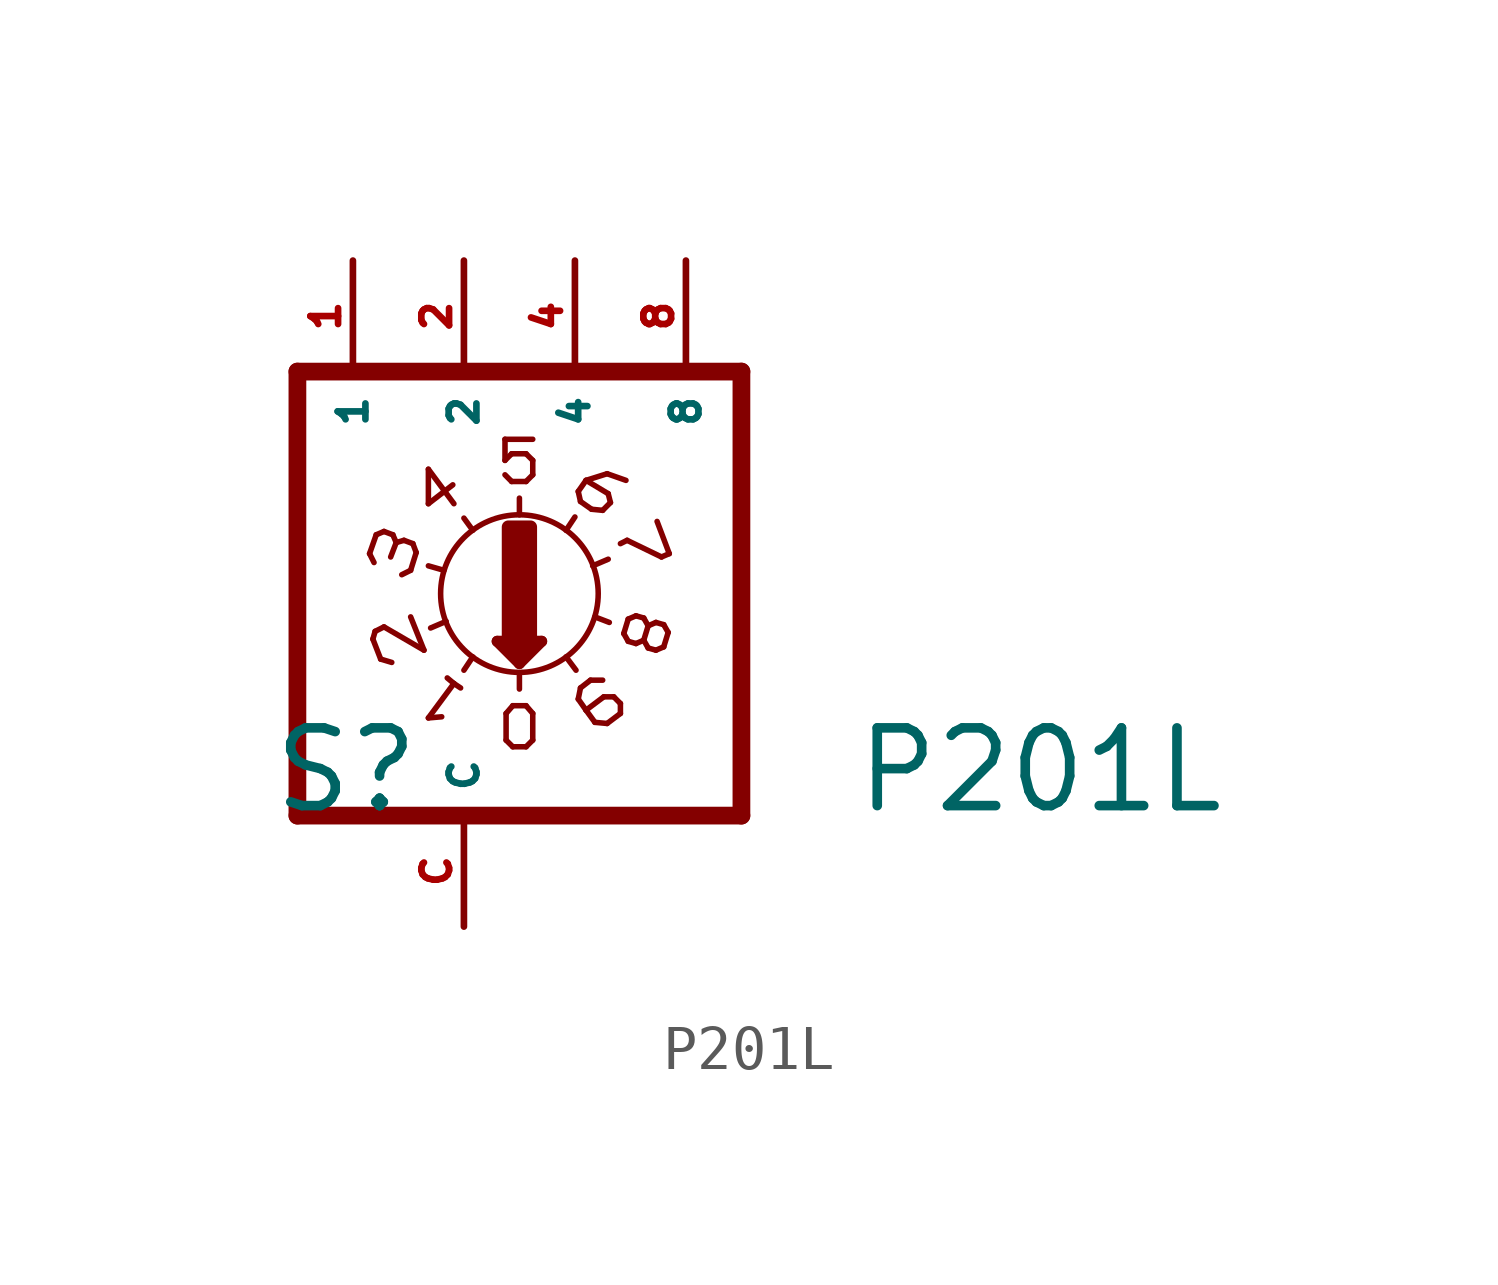
<source format=kicad_sym>
(kicad_symbol_lib
  (version 20220914)
  (generator Eagle2Kicad)
  (symbol "P201L"
    (property "Reference" "S"
      (at -4.445 -5.08 0)
      (effects (font (size 1.778 1.778) (thickness 0.22)) (justify left bottom)))
    (property "Value" "P201L"
      (at 8.89 -5.08 0)
      (effects (font (size 1.778 1.778) (thickness 0.22)) (justify left bottom)))
    (polyline
      (pts (xy 6.35 -5.08) (xy 6.35 5.08))
      (stroke (width 0.406) (type default))
      (fill (type none)))
    (polyline
      (pts (xy 1.27 1.803) (xy 1.27 2.184))
      (stroke (width 0.127) (type default))
      (fill (type none)))
    (polyline
      (pts (xy 0.762 -1.092) (xy 1.27 -1.6))
      (stroke (width 0.254) (type default))
      (fill (type none)))
    (polyline
      (pts (xy 1.27 -1.6) (xy 1.778 -1.092))
      (stroke (width 0.254) (type default))
      (fill (type none)))
    (polyline
      (pts (xy 1.778 -1.092) (xy 0.762 -1.092))
      (stroke (width 0.254) (type default))
      (fill (type none)))
    (polyline
      (pts (xy 1.27 -1.829) (xy 1.27 -2.184))
      (stroke (width 0.127) (type default))
      (fill (type none)))
    (polyline
      (pts (xy 1.016 -1.219) (xy 1.524 -1.219))
      (stroke (width 0.254) (type default))
      (fill (type none)))
    (polyline
      (pts (xy 1.27 -1.473) (xy 1.27 -1.346))
      (stroke (width 0.254) (type default))
      (fill (type none)))
    (polyline
      (pts (xy -3.81 -5.08) (xy -3.81 5.08))
      (stroke (width 0.406) (type default))
      (fill (type none)))
    (polyline
      (pts (xy 1.118 -3.505) (xy 1.422 -3.505))
      (stroke (width 0.127) (type default))
      (fill (type none)))
    (polyline
      (pts (xy 1.422 -3.505) (xy 1.575 -3.353))
      (stroke (width 0.127) (type default))
      (fill (type none)))
    (polyline
      (pts (xy 1.575 -3.353) (xy 1.575 -2.743))
      (stroke (width 0.127) (type default))
      (fill (type none)))
    (polyline
      (pts (xy 1.575 -2.743) (xy 1.422 -2.565))
      (stroke (width 0.127) (type default))
      (fill (type none)))
    (polyline
      (pts (xy 1.422 -2.565) (xy 1.118 -2.565))
      (stroke (width 0.127) (type default))
      (fill (type none)))
    (polyline
      (pts (xy 1.118 -2.565) (xy 0.965 -2.743))
      (stroke (width 0.127) (type default))
      (fill (type none)))
    (polyline
      (pts (xy 0.965 -2.743) (xy 0.965 -3.353))
      (stroke (width 0.127) (type default))
      (fill (type none)))
    (polyline
      (pts (xy 0.965 -3.353) (xy 1.118 -3.505))
      (stroke (width 0.127) (type default))
      (fill (type none)))
    (polyline
      (pts (xy 0.94 2.718) (xy 1.092 2.565))
      (stroke (width 0.127) (type default))
      (fill (type none)))
    (polyline
      (pts (xy 1.092 2.565) (xy 1.422 2.565))
      (stroke (width 0.127) (type default))
      (fill (type none)))
    (polyline
      (pts (xy 1.422 2.565) (xy 1.575 2.718))
      (stroke (width 0.127) (type default))
      (fill (type none)))
    (polyline
      (pts (xy 1.575 3.048) (xy 1.575 2.718))
      (stroke (width 0.127) (type default))
      (fill (type none)))
    (polyline
      (pts (xy 1.575 3.048) (xy 1.422 3.2))
      (stroke (width 0.127) (type default))
      (fill (type none)))
    (polyline
      (pts (xy 1.422 3.2) (xy 1.092 3.2))
      (stroke (width 0.127) (type default))
      (fill (type none)))
    (polyline
      (pts (xy 1.092 3.2) (xy 0.94 3.048))
      (stroke (width 0.127) (type default))
      (fill (type none)))
    (polyline
      (pts (xy 0.94 3.048) (xy 0.94 3.531))
      (stroke (width 0.127) (type default))
      (fill (type none)))
    (polyline
      (pts (xy 1.575 3.531) (xy 0.94 3.531))
      (stroke (width 0.127) (type default))
      (fill (type none)))
    (polyline
      (pts (xy -0.381 -1.93) (xy -0.229 -2.057))
      (stroke (width 0.127) (type default))
      (fill (type none)))
    (polyline
      (pts (xy 0.203 -1.448) (xy 0 -1.753))
      (stroke (width 0.127) (type default))
      (fill (type none)))
    (polyline
      (pts (xy -0.229 -2.057) (xy -0.813 -2.845))
      (stroke (width 0.127) (type default))
      (fill (type none)))
    (polyline
      (pts (xy -0.229 -2.057) (xy -0.076 -2.159))
      (stroke (width 0.127) (type default))
      (fill (type none)))
    (polyline
      (pts (xy -0.813 -2.845) (xy -0.508 -2.819))
      (stroke (width 0.127) (type default))
      (fill (type none)))
    (polyline
      (pts (xy -1.219 -0.533) (xy -0.914 -1.295))
      (stroke (width 0.127) (type default))
      (fill (type none)))
    (polyline
      (pts (xy -0.914 -1.295) (xy -1.829 -0.762))
      (stroke (width 0.127) (type default))
      (fill (type none)))
    (polyline
      (pts (xy -1.829 -0.762) (xy -2.032 -0.864))
      (stroke (width 0.127) (type default))
      (fill (type none)))
    (polyline
      (pts (xy -2.032 -0.864) (xy -2.083 -1.041))
      (stroke (width 0.127) (type default))
      (fill (type none)))
    (polyline
      (pts (xy -2.083 -1.041) (xy -1.905 -1.499))
      (stroke (width 0.127) (type default))
      (fill (type none)))
    (polyline
      (pts (xy -1.905 -1.499) (xy -1.651 -1.575))
      (stroke (width 0.127) (type default))
      (fill (type none)))
    (polyline
      (pts (xy -0.406 -0.635) (xy -0.762 -0.787))
      (stroke (width 0.127) (type default))
      (fill (type none)))
    (polyline
      (pts (xy -0.457 0.533) (xy -0.813 0.635))
      (stroke (width 0.127) (type default))
      (fill (type none)))
    (polyline
      (pts (xy -1.219 0.533) (xy -1.092 0.94))
      (stroke (width 0.127) (type default))
      (fill (type none)))
    (polyline
      (pts (xy -1.092 0.94) (xy -1.168 1.143))
      (stroke (width 0.127) (type default))
      (fill (type none)))
    (polyline
      (pts (xy -1.168 1.143) (xy -1.372 1.219))
      (stroke (width 0.127) (type default))
      (fill (type none)))
    (polyline
      (pts (xy -1.549 1.168) (xy -1.626 1.346))
      (stroke (width 0.127) (type default))
      (fill (type none)))
    (polyline
      (pts (xy -1.549 1.168) (xy -1.676 0.838))
      (stroke (width 0.127) (type default))
      (fill (type none)))
    (polyline
      (pts (xy -1.626 1.346) (xy -1.829 1.422))
      (stroke (width 0.127) (type default))
      (fill (type none)))
    (polyline
      (pts (xy -1.829 1.422) (xy -2.007 1.346))
      (stroke (width 0.127) (type default))
      (fill (type none)))
    (polyline
      (pts (xy -2.007 1.346) (xy -2.159 0.914))
      (stroke (width 0.127) (type default))
      (fill (type none)))
    (polyline
      (pts (xy -2.159 0.914) (xy -2.057 0.711))
      (stroke (width 0.127) (type default))
      (fill (type none)))
    (polyline
      (pts (xy -1.219 0.533) (xy -1.422 0.432))
      (stroke (width 0.127) (type default))
      (fill (type none)))
    (polyline
      (pts (xy -1.372 1.219) (xy -1.549 1.168))
      (stroke (width 0.127) (type default))
      (fill (type none)))
    (polyline
      (pts (xy -0.813 2.845) (xy -0.813 2.057))
      (stroke (width 0.127) (type default))
      (fill (type none)))
    (polyline
      (pts (xy -0.813 2.057) (xy -0.254 2.489))
      (stroke (width 0.127) (type default))
      (fill (type none)))
    (polyline
      (pts (xy -0.813 2.845) (xy -0.229 2.057))
      (stroke (width 0.127) (type default))
      (fill (type none)))
    (polyline
      (pts (xy 0.203 1.448) (xy 0 1.727))
      (stroke (width 0.127) (type default))
      (fill (type none)))
    (polyline
      (pts (xy 2.337 1.448) (xy 2.54 1.753))
      (stroke (width 0.127) (type default))
      (fill (type none)))
    (polyline
      (pts (xy 2.946 0.635) (xy 3.302 0.787))
      (stroke (width 0.127) (type default))
      (fill (type none)))
    (polyline
      (pts (xy 2.667 2.108) (xy 2.921 1.93))
      (stroke (width 0.127) (type default))
      (fill (type none)))
    (polyline
      (pts (xy 2.921 1.93) (xy 3.175 1.905))
      (stroke (width 0.127) (type default))
      (fill (type none)))
    (polyline
      (pts (xy 3.175 1.905) (xy 3.353 2.083))
      (stroke (width 0.127) (type default))
      (fill (type none)))
    (polyline
      (pts (xy 3.353 2.083) (xy 3.302 2.286))
      (stroke (width 0.127) (type default))
      (fill (type none)))
    (polyline
      (pts (xy 3.302 2.286) (xy 2.794 2.591))
      (stroke (width 0.127) (type default))
      (fill (type none)))
    (polyline
      (pts (xy 2.794 2.591) (xy 3.277 2.743))
      (stroke (width 0.127) (type default))
      (fill (type none)))
    (polyline
      (pts (xy 3.277 2.743) (xy 3.708 2.591))
      (stroke (width 0.127) (type default))
      (fill (type none)))
    (polyline
      (pts (xy 2.667 2.108) (xy 2.616 2.337))
      (stroke (width 0.127) (type default))
      (fill (type none)))
    (polyline
      (pts (xy 2.616 2.337) (xy 2.794 2.591))
      (stroke (width 0.127) (type default))
      (fill (type none)))
    (polyline
      (pts (xy 4.42 1.651) (xy 4.699 0.914))
      (stroke (width 0.127) (type default))
      (fill (type none)))
    (polyline
      (pts (xy 4.699 0.914) (xy 4.521 0.838))
      (stroke (width 0.127) (type default))
      (fill (type none)))
    (polyline
      (pts (xy 4.521 0.838) (xy 3.734 1.219))
      (stroke (width 0.127) (type default))
      (fill (type none)))
    (polyline
      (pts (xy 3.734 1.219) (xy 3.581 1.143))
      (stroke (width 0.127) (type default))
      (fill (type none)))
    (polyline
      (pts (xy 4.216 -0.737) (xy 4.115 -0.559))
      (stroke (width 0.127) (type default))
      (fill (type none)))
    (polyline
      (pts (xy 4.115 -0.559) (xy 3.937 -0.508))
      (stroke (width 0.127) (type default))
      (fill (type none)))
    (polyline
      (pts (xy 3.937 -0.508) (xy 3.759 -0.584))
      (stroke (width 0.127) (type default))
      (fill (type none)))
    (polyline
      (pts (xy 4.115 -1.067) (xy 4.216 -0.737))
      (stroke (width 0.127) (type default))
      (fill (type none)))
    (polyline
      (pts (xy 3.759 -0.584) (xy 3.658 -0.914))
      (stroke (width 0.127) (type default))
      (fill (type none)))
    (polyline
      (pts (xy 3.658 -0.914) (xy 3.759 -1.092))
      (stroke (width 0.127) (type default))
      (fill (type none)))
    (polyline
      (pts (xy 3.759 -1.092) (xy 3.937 -1.143))
      (stroke (width 0.127) (type default))
      (fill (type none)))
    (polyline
      (pts (xy 3.937 -1.143) (xy 4.115 -1.067))
      (stroke (width 0.127) (type default))
      (fill (type none)))
    (polyline
      (pts (xy 4.674 -0.889) (xy 4.572 -0.711))
      (stroke (width 0.127) (type default))
      (fill (type none)))
    (polyline
      (pts (xy 4.572 -0.711) (xy 4.394 -0.66))
      (stroke (width 0.127) (type default))
      (fill (type none)))
    (polyline
      (pts (xy 4.394 -0.66) (xy 4.216 -0.737))
      (stroke (width 0.127) (type default))
      (fill (type none)))
    (polyline
      (pts (xy 4.572 -1.219) (xy 4.674 -0.889))
      (stroke (width 0.127) (type default))
      (fill (type none)))
    (polyline
      (pts (xy 4.115 -1.067) (xy 4.216 -1.245))
      (stroke (width 0.127) (type default))
      (fill (type none)))
    (polyline
      (pts (xy 4.216 -1.245) (xy 4.394 -1.295))
      (stroke (width 0.127) (type default))
      (fill (type none)))
    (polyline
      (pts (xy 4.394 -1.295) (xy 4.572 -1.219))
      (stroke (width 0.127) (type default))
      (fill (type none)))
    (polyline
      (pts (xy 2.667 -2.159) (xy 2.896 -1.981))
      (stroke (width 0.127) (type default))
      (fill (type none)))
    (polyline
      (pts (xy 2.896 -1.981) (xy 3.175 -1.981))
      (stroke (width 0.127) (type default))
      (fill (type none)))
    (polyline
      (pts (xy 2.667 -2.159) (xy 2.616 -2.413))
      (stroke (width 0.127) (type default))
      (fill (type none)))
    (polyline
      (pts (xy 2.616 -2.413) (xy 2.794 -2.667))
      (stroke (width 0.127) (type default))
      (fill (type none)))
    (polyline
      (pts (xy 2.997 -2.946) (xy 3.277 -2.972))
      (stroke (width 0.127) (type default))
      (fill (type none)))
    (polyline
      (pts (xy 3.277 -2.972) (xy 3.581 -2.743))
      (stroke (width 0.127) (type default))
      (fill (type none)))
    (polyline
      (pts (xy 3.581 -2.743) (xy 3.581 -2.515))
      (stroke (width 0.127) (type default))
      (fill (type none)))
    (polyline
      (pts (xy 3.581 -2.515) (xy 3.429 -2.362))
      (stroke (width 0.127) (type default))
      (fill (type none)))
    (polyline
      (pts (xy 3.429 -2.362) (xy 3.2 -2.362))
      (stroke (width 0.127) (type default))
      (fill (type none)))
    (polyline
      (pts (xy 3.2 -2.362) (xy 2.794 -2.667))
      (stroke (width 0.127) (type default))
      (fill (type none)))
    (polyline
      (pts (xy 2.794 -2.667) (xy 2.997 -2.946))
      (stroke (width 0.127) (type default))
      (fill (type none)))
    (polyline
      (pts (xy 2.997 -0.533) (xy 3.327 -0.66))
      (stroke (width 0.127) (type default))
      (fill (type none)))
    (polyline
      (pts (xy 2.337 -1.448) (xy 2.565 -1.753))
      (stroke (width 0.127) (type default))
      (fill (type none)))
    (polyline
      (pts (xy -3.81 -5.08) (xy 6.35 -5.08))
      (stroke (width 0.406) (type default))
      (fill (type none)))
    (polyline
      (pts (xy 6.35 5.08) (xy -3.81 5.08))
      (stroke (width 0.406) (type default))
      (fill (type none)))
    (circle
      (center 1.27 0)
      (radius 1.803)
      (stroke (width 0.127) (type default))
      (fill (type none)))
    (rectangle
      (start 1.016 -1.016)
      (end 1.524 1.524)
      (stroke (width 0.3) (type default))
      (fill (type outline)))
    (pin passive line
      (at 5.08 7.62 270)
      (length 2.54)
      (name "8" (effects (font (size 0.635 0.635) (thickness 0.08)) (justify left bottom)))
      (number "8" (effects (font (size 0.635 0.635) (thickness 0.08)) (justify left bottom))))
    (pin passive line
      (at 2.54 7.62 270)
      (length 2.54)
      (name "4" (effects (font (size 0.635 0.635) (thickness 0.08)) (justify left bottom)))
      (number "4" (effects (font (size 0.635 0.635) (thickness 0.08)) (justify left bottom))))
    (pin passive line
      (at 0 7.62 270)
      (length 2.54)
      (name "2" (effects (font (size 0.635 0.635) (thickness 0.08)) (justify left bottom)))
      (number "2" (effects (font (size 0.635 0.635) (thickness 0.08)) (justify left bottom))))
    (pin passive line
      (at -2.54 7.62 270)
      (length 2.54)
      (name "1" (effects (font (size 0.635 0.635) (thickness 0.08)) (justify left bottom)))
      (number "1" (effects (font (size 0.635 0.635) (thickness 0.08)) (justify left bottom))))
    (pin passive line
      (at 0 -7.62 90)
      (length 2.54)
      (name "C" (effects (font (size 0.635 0.635) (thickness 0.08)) (justify left bottom)))
      (number "C" (effects (font (size 0.635 0.635) (thickness 0.08)) (justify left bottom))))))
</source>
